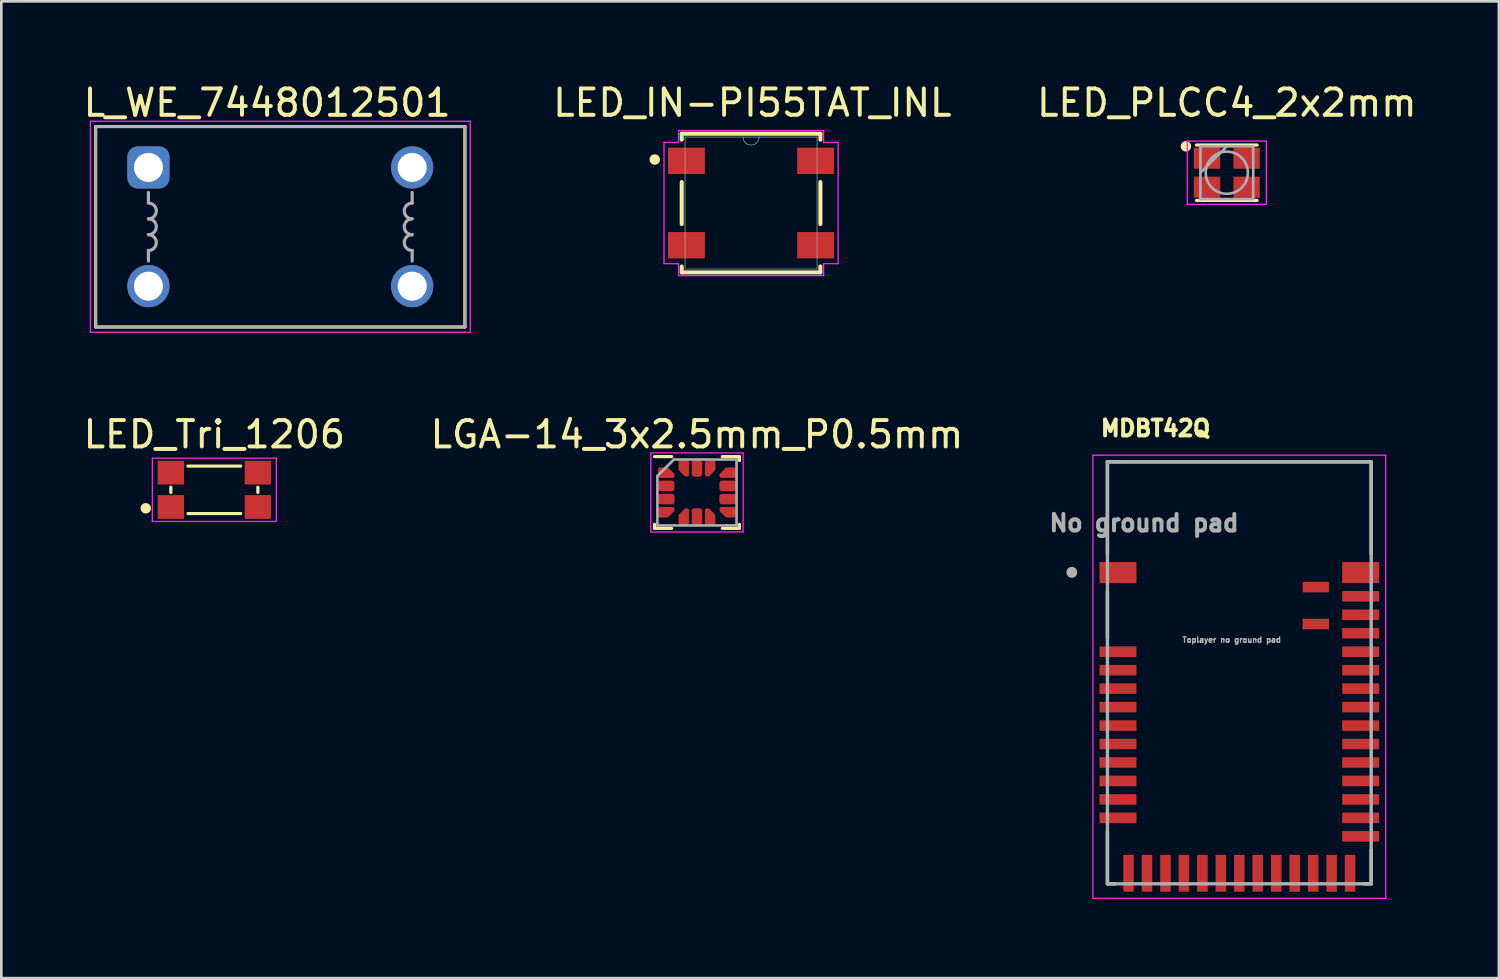
<source format=kicad_pcb>
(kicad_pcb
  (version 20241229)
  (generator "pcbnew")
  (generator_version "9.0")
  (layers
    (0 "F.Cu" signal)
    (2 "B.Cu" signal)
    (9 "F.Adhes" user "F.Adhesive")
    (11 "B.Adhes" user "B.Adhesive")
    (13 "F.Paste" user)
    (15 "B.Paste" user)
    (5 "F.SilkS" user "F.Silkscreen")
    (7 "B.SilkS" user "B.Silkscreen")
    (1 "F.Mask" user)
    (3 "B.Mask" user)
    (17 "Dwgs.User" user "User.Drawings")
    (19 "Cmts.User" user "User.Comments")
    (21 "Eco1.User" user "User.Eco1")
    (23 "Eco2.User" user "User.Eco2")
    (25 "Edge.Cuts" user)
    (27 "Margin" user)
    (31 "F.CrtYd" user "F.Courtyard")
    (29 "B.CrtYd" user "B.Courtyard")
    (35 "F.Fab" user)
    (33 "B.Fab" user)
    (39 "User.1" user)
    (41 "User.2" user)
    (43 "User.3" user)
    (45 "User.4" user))
  (footprint "MDBT42Q"
    (layer "F.Cu")
    (at 43.937 22.459)
    (property "Reference" "MDBT42Q" (at -3.175 -9.271 0) (layer "F.SilkS") (effects (font (size 0.6 0.6) (thickness 0.15))))
    (attr smd)
    (fp_line (start -5 -8) (end 5 -8) (stroke (width 0.127) (type solid)) (layer "F.SilkS"))
    (fp_line (start -5 -4.52) (end -5 -8) (stroke (width 0.127) (type solid)) (layer "F.SilkS"))
    (fp_line (start -5 -1.32) (end -5 -3.08) (stroke (width 0.127) (type solid)) (layer "F.SilkS"))
    (fp_line (start -5 8) (end -5 6.02) (stroke (width 0.127) (type solid)) (layer "F.SilkS"))
    (fp_line (start -4.72 8) (end -5 8) (stroke (width 0.127) (type solid)) (layer "F.SilkS"))
    (fp_line (start 5 -8) (end 5 -4.52) (stroke (width 0.127) (type solid)) (layer "F.SilkS"))
    (fp_line (start 5 6.72) (end 5 8) (stroke (width 0.127) (type solid)) (layer "F.SilkS"))
    (fp_line (start 5 8) (end 4.72 8) (stroke (width 0.127) (type solid)) (layer "F.SilkS"))
    (fp_circle (center -6.35 -3.81) (end -6.25 -3.81) (stroke (width 0.2) (type solid)) (fill no) (layer "F.SilkS"))
    (fp_line (start -5.55 -8.25) (end -5.55 8.55) (stroke (width 0.05) (type solid)) (layer "F.CrtYd"))
    (fp_line (start -5.55 8.55) (end 5.55 8.55) (stroke (width 0.05) (type solid)) (layer "F.CrtYd"))
    (fp_line (start 5.55 -8.25) (end -5.55 -8.25) (stroke (width 0.05) (type solid)) (layer "F.CrtYd"))
    (fp_line (start 5.55 8.55) (end 5.55 -8.25) (stroke (width 0.05) (type solid)) (layer "F.CrtYd"))
    (fp_line (start -5 -8) (end 5 -8) (stroke (width 0.127) (type solid)) (layer "F.Fab"))
    (fp_line (start -5 8) (end -5 -8) (stroke (width 0.127) (type solid)) (layer "F.Fab"))
    (fp_line (start 5 -8) (end 5 8) (stroke (width 0.127) (type solid)) (layer "F.Fab"))
    (fp_line (start 5 8) (end -5 8) (stroke (width 0.127) (type solid)) (layer "F.Fab"))
    (fp_circle (center -6.35 -3.81) (end -6.25 -3.81) (stroke (width 0.2) (type solid)) (fill no) (layer "F.Fab"))
    (fp_text user "No ground pad" (at -3.61 -5.68 0) (layer "F.Fab") (effects (font (size 0.63 0.63) (thickness 0.15))))
    (fp_text user "Toplayer no ground pad" (at -0.29 -1.25 0) (layer "F.Fab") (effects (font (size 0.205 0.205) (thickness 0.15))))
    (pad "1" smd rect (at -4.6 -3.8) (size 1.4 0.8) (layers "F.Cu" "F.Mask" "F.Paste"))
    (pad "2" smd rect (at -4.6 -0.8) (size 1.4 0.4) (layers "F.Cu" "F.Mask" "F.Paste"))
    (pad "3" smd rect (at -4.6 -0.1) (size 1.4 0.4) (layers "F.Cu" "F.Mask" "F.Paste"))
    (pad "4" smd rect (at -4.6 0.6) (size 1.4 0.4) (layers "F.Cu" "F.Mask" "F.Paste"))
    (pad "5" smd rect (at -4.6 1.3) (size 1.4 0.4) (layers "F.Cu" "F.Mask" "F.Paste"))
    (pad "6" smd rect (at -4.6 2) (size 1.4 0.4) (layers "F.Cu" "F.Mask" "F.Paste"))
    (pad "7" smd rect (at -4.6 2.7) (size 1.4 0.4) (layers "F.Cu" "F.Mask" "F.Paste"))
    (pad "8" smd rect (at -4.6 3.4) (size 1.4 0.4) (layers "F.Cu" "F.Mask" "F.Paste"))
    (pad "9" smd rect (at -4.6 4.1) (size 1.4 0.4) (layers "F.Cu" "F.Mask" "F.Paste"))
    (pad "10" smd rect (at -4.6 4.8) (size 1.4 0.4) (layers "F.Cu" "F.Mask" "F.Paste"))
    (pad "11" smd rect (at -4.6 5.5) (size 1.4 0.4) (layers "F.Cu" "F.Mask" "F.Paste"))
    (pad "12" smd rect (at -4.2 7.6) (size 0.4 1.4) (layers "F.Cu" "F.Mask" "F.Paste"))
    (pad "13" smd rect (at -3.5 7.6) (size 0.4 1.4) (layers "F.Cu" "F.Mask" "F.Paste"))
    (pad "14" smd rect (at -2.8 7.6) (size 0.4 1.4) (layers "F.Cu" "F.Mask" "F.Paste"))
    (pad "15" smd rect (at -2.1 7.6) (size 0.4 1.4) (layers "F.Cu" "F.Mask" "F.Paste"))
    (pad "16" smd rect (at -1.4 7.6) (size 0.4 1.4) (layers "F.Cu" "F.Mask" "F.Paste"))
    (pad "17" smd rect (at -0.7 7.6) (size 0.4 1.4) (layers "F.Cu" "F.Mask" "F.Paste"))
    (pad "18" smd rect (at 0 7.6) (size 0.4 1.4) (layers "F.Cu" "F.Mask" "F.Paste"))
    (pad "19" smd rect (at 0.7 7.6) (size 0.4 1.4) (layers "F.Cu" "F.Mask" "F.Paste"))
    (pad "20" smd rect (at 1.4 7.6) (size 0.4 1.4) (layers "F.Cu" "F.Mask" "F.Paste"))
    (pad "21" smd rect (at 2.1 7.6) (size 0.4 1.4) (layers "F.Cu" "F.Mask" "F.Paste"))
    (pad "22" smd rect (at 2.8 7.6) (size 0.4 1.4) (layers "F.Cu" "F.Mask" "F.Paste"))
    (pad "23" smd rect (at 3.5 7.6) (size 0.4 1.4) (layers "F.Cu" "F.Mask" "F.Paste"))
    (pad "24" smd rect (at 4.2 7.6) (size 0.4 1.4) (layers "F.Cu" "F.Mask" "F.Paste"))
    (pad "25" smd rect (at 4.6 6.2) (size 1.4 0.4) (layers "F.Cu" "F.Mask" "F.Paste"))
    (pad "26" smd rect (at 4.6 5.5) (size 1.4 0.4) (layers "F.Cu" "F.Mask" "F.Paste"))
    (pad "27" smd rect (at 4.6 4.8) (size 1.4 0.4) (layers "F.Cu" "F.Mask" "F.Paste"))
    (pad "28" smd rect (at 4.6 4.1) (size 1.4 0.4) (layers "F.Cu" "F.Mask" "F.Paste"))
    (pad "29" smd rect (at 4.6 3.4) (size 1.4 0.4) (layers "F.Cu" "F.Mask" "F.Paste"))
    (pad "30" smd rect (at 4.6 2.7) (size 1.4 0.4) (layers "F.Cu" "F.Mask" "F.Paste"))
    (pad "31" smd rect (at 4.6 2) (size 1.4 0.4) (layers "F.Cu" "F.Mask" "F.Paste"))
    (pad "32" smd rect (at 4.6 1.3) (size 1.4 0.4) (layers "F.Cu" "F.Mask" "F.Paste"))
    (pad "33" smd rect (at 4.6 0.6) (size 1.4 0.4) (layers "F.Cu" "F.Mask" "F.Paste"))
    (pad "34" smd rect (at 4.6 -0.1) (size 1.4 0.4) (layers "F.Cu" "F.Mask" "F.Paste"))
    (pad "35" smd rect (at 4.6 -0.8) (size 1.4 0.4) (layers "F.Cu" "F.Mask" "F.Paste"))
    (pad "36" smd rect (at 4.6 -1.5) (size 1.4 0.4) (layers "F.Cu" "F.Mask" "F.Paste"))
    (pad "37" smd rect (at 4.6 -2.2) (size 1.4 0.4) (layers "F.Cu" "F.Mask" "F.Paste"))
    (pad "38" smd rect (at 4.6 -2.9) (size 1.4 0.4) (layers "F.Cu" "F.Mask" "F.Paste"))
    (pad "39" smd rect (at 4.6 -3.8) (size 1.4 0.8) (layers "F.Cu" "F.Mask" "F.Paste"))
    (pad "40" smd rect (at 2.9 -3.25) (size 1 0.4) (layers "F.Cu" "F.Mask" "F.Paste"))
    (pad "41" smd rect (at 2.9 -1.85) (size 1 0.4) (layers "F.Cu" "F.Mask" "F.Paste"))
    (zone (net_name "") (layer "F.Cu") (hatch full 0.508) (connect_pads) (min_thickness 0.01) (filled_areas_thickness no) (keepout (tracks not_allowed) (vias not_allowed) (pads not_allowed) (copperpour not_allowed) (footprints allowed)) (placement (enabled no)) (fill) (polygon (pts (xy 38.637 14.459) (xy 49.237 14.459) (xy 49.237 18.259) (xy 38.637 18.259))))
    (zone (net_name "") (layer "F.Cu") (hatch full 0.508) (connect_pads) (min_thickness 0.01) (filled_areas_thickness no) (keepout (tracks not_allowed) (vias not_allowed) (pads not_allowed) (copperpour not_allowed) (footprints allowed)) (placement (enabled no)) (fill) (polygon (pts (xy 43.437 18.259) (xy 47.837 18.259) (xy 47.837 21.358) (xy 43.437 21.358))))
    (zone (net_name "") (layers "F.Cu" "B.Cu") (hatch full 0.508) (connect_pads) (min_thickness 0.01) (filled_areas_thickness no) (keepout (tracks allowed) (vias not_allowed) (pads allowed) (copperpour allowed) (footprints allowed)) (placement (enabled no)) (fill) (polygon (pts (xy 38.637 14.459) (xy 49.237 14.459) (xy 49.237 18.259) (xy 38.637 18.259))))
    (zone (net_name "") (layer "B.Cu") (hatch full 0.508) (connect_pads) (min_thickness 0.01) (filled_areas_thickness no) (keepout (tracks not_allowed) (vias not_allowed) (pads not_allowed) (copperpour not_allowed) (footprints allowed)) (placement (enabled no)) (fill) (polygon (pts (xy 38.637 14.459) (xy 49.237 14.459) (xy 49.237 18.259) (xy 38.637 18.259)))))
  (footprint "LED_IN-PI55TAT_INL"
    (layer "F.Cu")
    (at 25.425 4.648)
    (property "Reference" "LED_IN-PI55TAT_INL" (at 0.05 -3.8 0) (unlocked yes) (layer "F.SilkS") (effects (font (size 1 1) (thickness 0.15))))
    (attr smd)
    (fp_line (start -2.629 -2.629) (end -2.629 -2.403) (stroke (width 0.152) (type solid)) (layer "F.SilkS"))
    (fp_line (start -2.629 -0.797) (end -2.629 0.797) (stroke (width 0.152) (type solid)) (layer "F.SilkS"))
    (fp_line (start -2.629 2.403) (end -2.629 2.629) (stroke (width 0.152) (type solid)) (layer "F.SilkS"))
    (fp_line (start -2.629 2.629) (end 2.629 2.629) (stroke (width 0.152) (type solid)) (layer "F.SilkS"))
    (fp_line (start 2.629 -2.629) (end -2.629 -2.629) (stroke (width 0.152) (type solid)) (layer "F.SilkS"))
    (fp_line (start 2.629 -2.403) (end 2.629 -2.629) (stroke (width 0.152) (type solid)) (layer "F.SilkS"))
    (fp_line (start 2.629 0.797) (end 2.629 -0.797) (stroke (width 0.152) (type solid)) (layer "F.SilkS"))
    (fp_line (start 2.629 2.629) (end 2.629 2.403) (stroke (width 0.152) (type solid)) (layer "F.SilkS"))
    (fp_circle (center -3.65 -1.65) (end -3.55 -1.65) (stroke (width 0.2) (type solid)) (fill no) (layer "F.SilkS"))
    (fp_line (start -3.3 -2.3) (end -2.75 -2.3) (stroke (width 0.05) (type solid)) (layer "F.CrtYd"))
    (fp_line (start -3.3 2.3) (end -3.3 -2.3) (stroke (width 0.05) (type solid)) (layer "F.CrtYd"))
    (fp_line (start -3.3 2.3) (end -2.75 2.3) (stroke (width 0.05) (type solid)) (layer "F.CrtYd"))
    (fp_line (start -2.75 -2.75) (end 2.75 -2.75) (stroke (width 0.05) (type solid)) (layer "F.CrtYd"))
    (fp_line (start -2.75 -2.3) (end -2.75 -2.75) (stroke (width 0.05) (type solid)) (layer "F.CrtYd"))
    (fp_line (start -2.75 2.75) (end -2.75 2.3) (stroke (width 0.05) (type solid)) (layer "F.CrtYd"))
    (fp_line (start 2.75 -2.75) (end 2.75 -2.3) (stroke (width 0.05) (type solid)) (layer "F.CrtYd"))
    (fp_line (start 2.75 2.3) (end 2.75 2.75) (stroke (width 0.05) (type solid)) (layer "F.CrtYd"))
    (fp_line (start 2.75 2.75) (end -2.75 2.75) (stroke (width 0.05) (type solid)) (layer "F.CrtYd"))
    (fp_line (start 3.3 -2.3) (end 2.75 -2.3) (stroke (width 0.05) (type solid)) (layer "F.CrtYd"))
    (fp_line (start 3.3 -2.3) (end 3.3 2.3) (stroke (width 0.05) (type solid)) (layer "F.CrtYd"))
    (fp_line (start 3.3 2.3) (end 2.75 2.3) (stroke (width 0.05) (type solid)) (layer "F.CrtYd"))
    (fp_line (start -2.502 -2.502) (end -2.502 2.502) (stroke (width 0.025) (type solid)) (layer "F.Fab"))
    (fp_line (start -2.502 2.502) (end 2.502 2.502) (stroke (width 0.025) (type solid)) (layer "F.Fab"))
    (fp_line (start 2.502 -2.502) (end -2.502 -2.502) (stroke (width 0.025) (type solid)) (layer "F.Fab"))
    (fp_line (start 2.502 2.502) (end 2.502 -2.502) (stroke (width 0.025) (type solid)) (layer "F.Fab"))
    (fp_arc (start 0.3048 -2.5019) (mid 0 -2.1971) (end -0.3048 -2.5019) (stroke (width 0.0254) (type solid)) (layer "F.Fab"))
    (pad "1" smd rect (at -2.45 -1.6) (size 1.4 1) (layers "F.Cu" "F.Mask" "F.Paste"))
    (pad "2" smd rect (at -2.45 1.6) (size 1.4 1) (layers "F.Cu" "F.Mask" "F.Paste"))
    (pad "3" smd rect (at 2.45 1.6) (size 1.4 1) (layers "F.Cu" "F.Mask" "F.Paste"))
    (pad "4" smd rect (at 2.45 -1.6) (size 1.4 1) (layers "F.Cu" "F.Mask" "F.Paste")))
  (footprint "LED_Tri_1206"
    (layer "F.Cu")
    (at 5.077 15.521)
    (property "Reference" "LED_Tri_1206" (at 0 -2.1 0) (unlocked yes) (layer "F.SilkS") (effects (font (size 1 1) (thickness 0.15))))
    (attr smd)
    (fp_line (start -1.65 -0.1) (end -1.65 0.1) (stroke (width 0.12) (type solid)) (layer "F.SilkS"))
    (fp_line (start -1 -0.9) (end 1 -0.9) (stroke (width 0.12) (type solid)) (layer "F.SilkS"))
    (fp_line (start -1 0.9) (end 1 0.9) (stroke (width 0.12) (type solid)) (layer "F.SilkS"))
    (fp_line (start 1.65 -0.1) (end 1.65 0.1) (stroke (width 0.12) (type solid)) (layer "F.SilkS"))
    (fp_circle (center -2.6 0.7) (end -2.5 0.7) (stroke (width 0.2) (type solid)) (fill no) (layer "F.SilkS"))
    (fp_line (start -2.35 -1.2) (end 2.35 -1.2) (stroke (width 0.05) (type solid)) (layer "F.CrtYd"))
    (fp_line (start -2.35 1.2) (end -2.35 -1.2) (stroke (width 0.05) (type solid)) (layer "F.CrtYd"))
    (fp_line (start 2.35 -1.2) (end 2.35 1.2) (stroke (width 0.05) (type solid)) (layer "F.CrtYd"))
    (fp_line (start 2.35 1.2) (end -2.35 1.2) (stroke (width 0.05) (type solid)) (layer "F.CrtYd"))
    (pad "1" smd rect (at -1.65 0.65) (size 1 0.9) (layers "F.Cu" "F.Mask" "F.Paste"))
    (pad "2" smd rect (at -1.65 -0.65) (size 1 0.9) (layers "F.Cu" "F.Mask" "F.Paste"))
    (pad "3" smd rect (at 1.65 -0.65) (size 1 0.9) (layers "F.Cu" "F.Mask" "F.Paste"))
    (pad "4" smd rect (at 1.65 0.65) (size 1 0.9) (layers "F.Cu" "F.Mask" "F.Paste")))
  (footprint "L_WE_7448012501"
    (layer "F.Cu")
    (at 7.577 5.548)
    (property "Reference" "L_WE_7448012501" (at -0.5 -4.7 0) (layer "F.SilkS") (effects (font (size 1 1) (thickness 0.15))))
    (attr through_hole)
    (fp_line (start -7 -3.8) (end 7 -3.8) (stroke (width 0.12) (type solid)) (layer "F.SilkS"))
    (fp_line (start -7 3.8) (end -7 -3.8) (stroke (width 0.12) (type solid)) (layer "F.SilkS"))
    (fp_line (start 7 -3.8) (end 7 3.8) (stroke (width 0.12) (type solid)) (layer "F.SilkS"))
    (fp_line (start 7 3.8) (end -7 3.8) (stroke (width 0.12) (type solid)) (layer "F.SilkS"))
    (fp_line (start -7.2 -4) (end 7.2 -4) (stroke (width 0.05) (type solid)) (layer "F.CrtYd"))
    (fp_line (start -7.2 4) (end -7.2 -4) (stroke (width 0.05) (type solid)) (layer "F.CrtYd"))
    (fp_line (start 7.2 -4) (end 7.2 4) (stroke (width 0.05) (type solid)) (layer "F.CrtYd"))
    (fp_line (start 7.2 4) (end -7.2 4) (stroke (width 0.05) (type solid)) (layer "F.CrtYd"))
    (fp_line (start -7 -3.8) (end -7 3.8) (stroke (width 0.1) (type solid)) (layer "F.Fab"))
    (fp_line (start -7 3.8) (end 7 3.8) (stroke (width 0.1) (type solid)) (layer "F.Fab"))
    (fp_line (start -5 -1.3) (end -5 -0.9) (stroke (width 0.12) (type solid)) (layer "F.Fab"))
    (fp_line (start -5 1.3) (end -5 0.9) (stroke (width 0.12) (type solid)) (layer "F.Fab"))
    (fp_line (start 5 -1.3) (end 5 -0.9) (stroke (width 0.12) (type solid)) (layer "F.Fab"))
    (fp_line (start 5 1.3) (end 5 0.9) (stroke (width 0.12) (type solid)) (layer "F.Fab"))
    (fp_line (start 7 -3.8) (end -7 -3.8) (stroke (width 0.1) (type solid)) (layer "F.Fab"))
    (fp_line (start 7 3.8) (end 7 -3.8) (stroke (width 0.1) (type solid)) (layer "F.Fab"))
    (fp_arc (start -5 -0.9) (mid -4.7 -0.6) (end -5 -0.3) (stroke (width 0.12) (type solid)) (layer "F.Fab"))
    (fp_arc (start -5 -0.3) (mid -4.7 0) (end -5 0.3) (stroke (width 0.12) (type solid)) (layer "F.Fab"))
    (fp_arc (start -5 0.3) (mid -4.7 0.6) (end -5 0.9) (stroke (width 0.12) (type solid)) (layer "F.Fab"))
    (fp_arc (start 5 -0.3) (mid 4.7 -0.6) (end 5 -0.9) (stroke (width 0.12) (type solid)) (layer "F.Fab"))
    (fp_arc (start 5 0.3) (mid 4.7 0) (end 5 -0.3) (stroke (width 0.12) (type solid)) (layer "F.Fab"))
    (fp_arc (start 5 0.9) (mid 4.7 0.6) (end 5 0.3) (stroke (width 0.12) (type solid)) (layer "F.Fab"))
    (pad "1" thru_hole roundrect (at -5 -2.25) (size 1.6 1.6) (drill 1.1) (layers "*.Cu" "*.Mask") (roundrect_rratio 0.25))
    (pad "2" thru_hole circle (at 5 -2.25) (size 1.6 1.6) (drill 1.1) (layers "*.Cu" "*.Mask"))
    (pad "3" thru_hole circle (at 5 2.25) (size 1.6 1.6) (drill 1.1) (layers "*.Cu" "*.Mask"))
    (pad "4" thru_hole circle (at -5 2.25) (size 1.6 1.6) (drill 1.1) (layers "*.Cu" "*.Mask")))
  (footprint "LED_PLCC4_2x2mm"
    (layer "F.Cu")
    (at 43.463 3.498)
    (property "Reference" "LED_PLCC4_2x2mm" (at 0 -2.65 0) (layer "F.SilkS") (effects (font (size 1 1) (thickness 0.15))))
    (attr smd)
    (fp_line (start -1.15 -1.05) (end 1.15 -1.05) (stroke (width 0.12) (type solid)) (layer "F.SilkS"))
    (fp_line (start -1.15 1.05) (end 1.15 1.05) (stroke (width 0.12) (type solid)) (layer "F.SilkS"))
    (fp_circle (center -1.55 -1) (end -1.45 -1) (stroke (width 0.2) (type solid)) (fill no) (layer "F.SilkS"))
    (fp_line (start -1.5 -1.2) (end -1.5 1.2) (stroke (width 0.05) (type solid)) (layer "F.CrtYd"))
    (fp_line (start -1.5 1.2) (end 1.5 1.2) (stroke (width 0.05) (type solid)) (layer "F.CrtYd"))
    (fp_line (start 1.5 -1.2) (end -1.5 -1.2) (stroke (width 0.05) (type solid)) (layer "F.CrtYd"))
    (fp_line (start 1.5 1.2) (end 1.5 -1.2) (stroke (width 0.05) (type solid)) (layer "F.CrtYd"))
    (fp_line (start -1 -1) (end -1 1) (stroke (width 0.1) (type solid)) (layer "F.Fab"))
    (fp_line (start -1 1) (end 1 1) (stroke (width 0.1) (type solid)) (layer "F.Fab"))
    (fp_line (start 0 -1) (end -1 0) (stroke (width 0.1) (type solid)) (layer "F.Fab"))
    (fp_line (start 1 -1) (end -1 -1) (stroke (width 0.1) (type solid)) (layer "F.Fab"))
    (fp_line (start 1 1) (end 1 -1) (stroke (width 0.1) (type solid)) (layer "F.Fab"))
    (fp_circle (center 0 0) (end 0.8 0) (stroke (width 0.1) (type solid)) (fill no) (layer "F.Fab"))
    (pad "1" smd rect (at -0.75 -0.55) (size 1 0.8) (layers "F.Cu" "F.Mask" "F.Paste"))
    (pad "2" smd rect (at -0.75 0.55) (size 1 0.8) (layers "F.Cu" "F.Mask" "F.Paste"))
    (pad "3" smd rect (at 0.75 0.55) (size 1 0.8) (layers "F.Cu" "F.Mask" "F.Paste"))
    (pad "4" smd rect (at 0.75 -0.55) (size 1 0.8) (layers "F.Cu" "F.Mask" "F.Paste")))
  (footprint "LGA-14_3x2.5mm_P0.5mm"
    (layer "F.Cu")
    (at 23.375 15.621)
    (property "Reference" "LGA-14_3x2.5mm_P0.5mm" (at 0 -2.2 0) (layer "F.SilkS") (effects (font (size 1 1) (thickness 0.15))))
    (attr smd)
    (fp_line (start -1.61 1.36) (end -1.61 1.21) (stroke (width 0.12) (type solid)) (layer "F.SilkS"))
    (fp_line (start -0.96 -1.36) (end -1.61 -1.36) (stroke (width 0.12) (type solid)) (layer "F.SilkS"))
    (fp_line (start -0.96 1.36) (end -1.61 1.36) (stroke (width 0.12) (type solid)) (layer "F.SilkS"))
    (fp_line (start 0.96 -1.36) (end 1.61 -1.36) (stroke (width 0.12) (type solid)) (layer "F.SilkS"))
    (fp_line (start 0.96 1.36) (end 1.61 1.36) (stroke (width 0.12) (type solid)) (layer "F.SilkS"))
    (fp_line (start 1.61 -1.36) (end 1.61 -1.21) (stroke (width 0.12) (type solid)) (layer "F.SilkS"))
    (fp_line (start 1.61 1.36) (end 1.61 1.21) (stroke (width 0.12) (type solid)) (layer "F.SilkS"))
    (fp_line (start -1.75 -1.5) (end -1.75 1.5) (stroke (width 0.05) (type solid)) (layer "F.CrtYd"))
    (fp_line (start -1.75 1.5) (end 1.75 1.5) (stroke (width 0.05) (type solid)) (layer "F.CrtYd"))
    (fp_line (start 1.75 -1.5) (end -1.75 -1.5) (stroke (width 0.05) (type solid)) (layer "F.CrtYd"))
    (fp_line (start 1.75 1.5) (end 1.75 -1.5) (stroke (width 0.05) (type solid)) (layer "F.CrtYd"))
    (fp_line (start -1.5 -0.625) (end -0.875 -1.25) (stroke (width 0.1) (type solid)) (layer "F.Fab"))
    (fp_line (start -1.5 1.25) (end -1.5 -0.625) (stroke (width 0.1) (type solid)) (layer "F.Fab"))
    (fp_line (start -0.875 -1.25) (end 1.5 -1.25) (stroke (width 0.1) (type solid)) (layer "F.Fab"))
    (fp_line (start 1.5 -1.25) (end 1.5 1.25) (stroke (width 0.1) (type solid)) (layer "F.Fab"))
    (fp_line (start 1.5 1.25) (end -1.5 1.25) (stroke (width 0.1) (type solid)) (layer "F.Fab"))
    (pad "1" smd custom (at -1.163 -0.75) (size 0.223 0.223) (layers "F.Cu" "F.Mask" "F.Paste") (options (anchor circle)) (primitives (gr_poly (pts (xy -0.237 -0.125) (xy 0.031 -0.125) (xy 0.237 0.081) (xy 0.237 0.125) (xy -0.237 0.125)) (width 0.15) (fill yes))))
    (pad "2" smd roundrect (at -1.163 -0.25) (size 0.625 0.4) (layers "F.Cu" "F.Mask" "F.Paste") (roundrect_rratio 0.25))
    (pad "3" smd roundrect (at -1.163 0.25) (size 0.625 0.4) (layers "F.Cu" "F.Mask" "F.Paste") (roundrect_rratio 0.25))
    (pad "4" smd custom (at -1.163 0.75) (size 0.223 0.223) (layers "F.Cu" "F.Mask" "F.Paste") (options (anchor circle)) (primitives (gr_poly (pts (xy -0.237 -0.125) (xy 0.237 -0.125) (xy 0.237 -0.081) (xy 0.031 0.125) (xy -0.237 0.125)) (width 0.15) (fill yes))))
    (pad "5" smd custom (at -0.5 0.912) (size 0.223 0.223) (layers "F.Cu" "F.Mask" "F.Paste") (options (anchor circle)) (primitives (gr_poly (pts (xy -0.125 -0.031) (xy 0.081 -0.237) (xy 0.125 -0.237) (xy 0.125 0.237) (xy -0.125 0.237)) (width 0.15) (fill yes))))
    (pad "6" smd roundrect (at 0 0.912) (size 0.4 0.625) (layers "F.Cu" "F.Mask" "F.Paste") (roundrect_rratio 0.25))
    (pad "7" smd custom (at 0.5 0.912) (size 0.223 0.223) (layers "F.Cu" "F.Mask" "F.Paste") (options (anchor circle)) (primitives (gr_poly (pts (xy -0.125 -0.237) (xy -0.081 -0.237) (xy 0.125 -0.031) (xy 0.125 0.237) (xy -0.125 0.237)) (width 0.15) (fill yes))))
    (pad "8" smd custom (at 1.163 0.75) (size 0.223 0.223) (layers "F.Cu" "F.Mask" "F.Paste") (options (anchor circle)) (primitives (gr_poly (pts (xy -0.237 -0.125) (xy 0.237 -0.125) (xy 0.237 0.125) (xy -0.031 0.125) (xy -0.237 -0.081)) (width 0.15) (fill yes))))
    (pad "9" smd roundrect (at 1.163 0.25) (size 0.625 0.4) (layers "F.Cu" "F.Mask" "F.Paste") (roundrect_rratio 0.25))
    (pad "10" smd roundrect (at 1.163 -0.25) (size 0.625 0.4) (layers "F.Cu" "F.Mask" "F.Paste") (roundrect_rratio 0.25))
    (pad "11" smd custom (at 1.163 -0.75) (size 0.223 0.223) (layers "F.Cu" "F.Mask" "F.Paste") (options (anchor circle)) (primitives (gr_poly (pts (xy -0.237 0.081) (xy -0.031 -0.125) (xy 0.237 -0.125) (xy 0.237 0.125) (xy -0.237 0.125)) (width 0.15) (fill yes))))
    (pad "12" smd custom (at 0.5 -0.912) (size 0.223 0.223) (layers "F.Cu" "F.Mask" "F.Paste") (options (anchor circle)) (primitives (gr_poly (pts (xy -0.125 -0.237) (xy 0.125 -0.237) (xy 0.125 0.031) (xy -0.081 0.237) (xy -0.125 0.237)) (width 0.15) (fill yes))))
    (pad "13" smd roundrect (at 0 -0.912) (size 0.4 0.625) (layers "F.Cu" "F.Mask" "F.Paste") (roundrect_rratio 0.25))
    (pad "14" smd custom (at -0.5 -0.912) (size 0.223 0.223) (layers "F.Cu" "F.Mask" "F.Paste") (options (anchor circle)) (primitives (gr_poly (pts (xy -0.125 -0.237) (xy 0.125 -0.237) (xy 0.125 0.237) (xy 0.081 0.237) (xy -0.125 0.031)) (width 0.15) (fill yes)))))
  (gr_rect
    (start -3 -3)
    (end 53.779 34.033)
    (stroke (width 0.1) (type default))
    (fill no)
    (layer "Edge.Cuts")))
</source>
